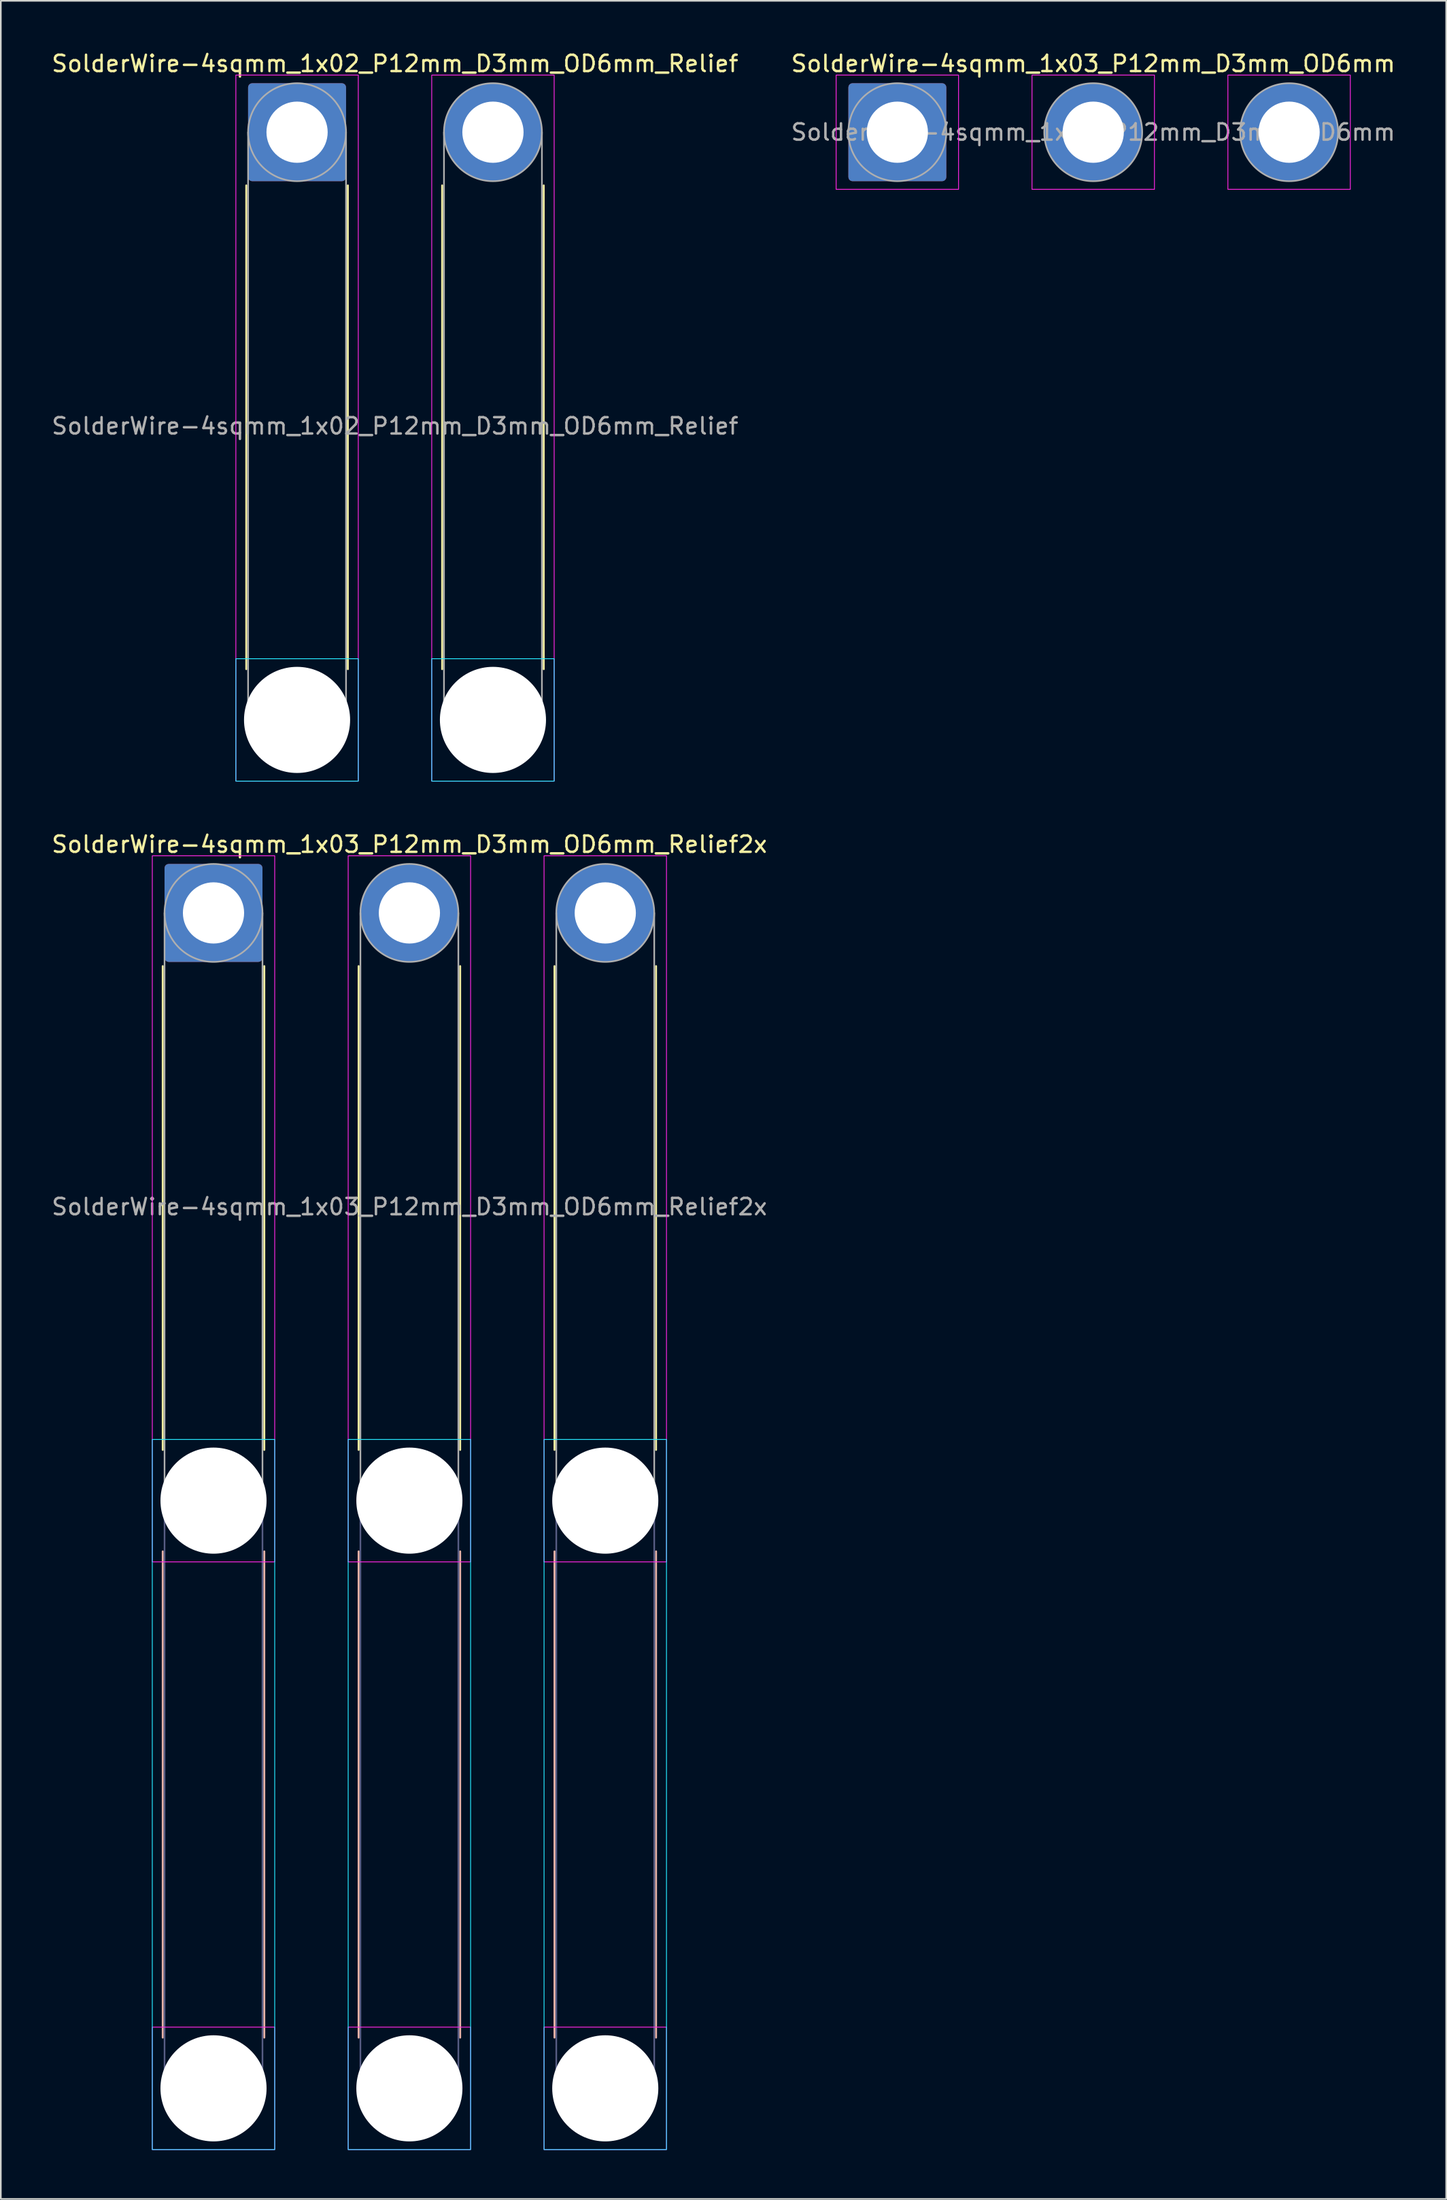
<source format=kicad_pcb>
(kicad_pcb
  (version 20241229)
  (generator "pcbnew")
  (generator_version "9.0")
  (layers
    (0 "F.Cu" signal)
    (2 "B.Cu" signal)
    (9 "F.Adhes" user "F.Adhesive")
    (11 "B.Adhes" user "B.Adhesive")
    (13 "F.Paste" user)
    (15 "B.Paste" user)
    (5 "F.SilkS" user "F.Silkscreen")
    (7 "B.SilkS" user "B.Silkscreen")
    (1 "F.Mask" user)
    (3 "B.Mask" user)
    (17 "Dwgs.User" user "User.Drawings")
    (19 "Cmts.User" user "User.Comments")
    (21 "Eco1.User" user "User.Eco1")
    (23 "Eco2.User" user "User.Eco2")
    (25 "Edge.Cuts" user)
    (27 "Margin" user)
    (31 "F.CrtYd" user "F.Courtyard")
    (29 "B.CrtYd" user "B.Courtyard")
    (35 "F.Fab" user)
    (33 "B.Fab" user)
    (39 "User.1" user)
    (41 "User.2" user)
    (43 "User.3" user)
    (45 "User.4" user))
  (footprint "SolderWire-4sqmm_1x03_P12mm_D3mm_OD6mm"
    (layer "F.Cu")
    (at 51.923 5.048)
    (property "Reference" "SolderWire-4sqmm_1x03_P12mm_D3mm_OD6mm" (at 12 -4.2 0) (layer "F.SilkS") (effects (font (size 1 1) (thickness 0.15))))
    (attr exclude_from_pos_files exclude_from_bom)
    (fp_rect (start -3.75 -3.5) (end 3.75 3.5) (stroke (width 0.05) (type solid)) (fill no) (layer "F.CrtYd"))
    (fp_rect (start 8.25 -3.5) (end 15.75 3.5) (stroke (width 0.05) (type solid)) (fill no) (layer "F.CrtYd"))
    (fp_rect (start 20.25 -3.5) (end 27.75 3.5) (stroke (width 0.05) (type solid)) (fill no) (layer "F.CrtYd"))
    (fp_circle (center 0 0) (end 3 0) (stroke (width 0.1) (type solid)) (fill no) (layer "F.Fab"))
    (fp_circle (center 12 0) (end 15 0) (stroke (width 0.1) (type solid)) (fill no) (layer "F.Fab"))
    (fp_circle (center 24 0) (end 27 0) (stroke (width 0.1) (type solid)) (fill no) (layer "F.Fab"))
    (fp_text user "${REFERENCE}" (at 12 0 0) (layer "F.Fab") (effects (font (size 1 1) (thickness 0.15))))
    (pad "1" thru_hole roundrect (at 0 0) (size 6 6) (drill 3.75) (layers "*.Cu" "*.Mask") (roundrect_rratio 0.042))
    (pad "2" thru_hole circle (at 12 0) (size 6 6) (drill 3.75) (layers "*.Cu" "*.Mask"))
    (pad "3" thru_hole circle (at 24 0) (size 6 6) (drill 3.75) (layers "*.Cu" "*.Mask")))
  (footprint "SolderWire-4sqmm_1x03_P12mm_D3mm_OD6mm_Relief2x"
    (layer "F.Cu")
    (at 10.03 52.871)
    (property "Reference" "SolderWire-4sqmm_1x03_P12mm_D3mm_OD6mm_Relief2x" (at 12 -4.2 0) (layer "F.SilkS") (effects (font (size 1 1) (thickness 0.15))))
    (attr exclude_from_pos_files exclude_from_bom)
    (fp_line (start -3.11 3.26) (end -3.11 32.89) (stroke (width 0.12) (type solid)) (layer "F.SilkS"))
    (fp_line (start 3.11 3.26) (end 3.11 32.89) (stroke (width 0.12) (type solid)) (layer "F.SilkS"))
    (fp_line (start 8.89 3.26) (end 8.89 32.89) (stroke (width 0.12) (type solid)) (layer "F.SilkS"))
    (fp_line (start 15.11 3.26) (end 15.11 32.89) (stroke (width 0.12) (type solid)) (layer "F.SilkS"))
    (fp_line (start 20.89 3.26) (end 20.89 32.89) (stroke (width 0.12) (type solid)) (layer "F.SilkS"))
    (fp_line (start 27.11 3.26) (end 27.11 32.89) (stroke (width 0.12) (type solid)) (layer "F.SilkS"))
    (fp_line (start -3.11 39.11) (end -3.11 68.89) (stroke (width 0.12) (type solid)) (layer "B.SilkS"))
    (fp_line (start 3.11 39.11) (end 3.11 68.89) (stroke (width 0.12) (type solid)) (layer "B.SilkS"))
    (fp_line (start 8.89 39.11) (end 8.89 68.89) (stroke (width 0.12) (type solid)) (layer "B.SilkS"))
    (fp_line (start 15.11 39.11) (end 15.11 68.89) (stroke (width 0.12) (type solid)) (layer "B.SilkS"))
    (fp_line (start 20.89 39.11) (end 20.89 68.89) (stroke (width 0.12) (type solid)) (layer "B.SilkS"))
    (fp_line (start 27.11 39.11) (end 27.11 68.89) (stroke (width 0.12) (type solid)) (layer "B.SilkS"))
    (fp_rect (start -3.75 32.25) (end 3.75 75.75) (stroke (width 0.05) (type solid)) (fill no) (layer "B.CrtYd"))
    (fp_rect (start 8.25 32.25) (end 15.75 75.75) (stroke (width 0.05) (type solid)) (fill no) (layer "B.CrtYd"))
    (fp_rect (start 20.25 32.25) (end 27.75 75.75) (stroke (width 0.05) (type solid)) (fill no) (layer "B.CrtYd"))
    (fp_rect (start -3.75 -3.5) (end 3.75 39.75) (stroke (width 0.05) (type solid)) (fill no) (layer "F.CrtYd"))
    (fp_rect (start -3.75 68.25) (end 3.75 75.75) (stroke (width 0.05) (type solid)) (fill no) (layer "F.CrtYd"))
    (fp_rect (start 8.25 -3.5) (end 15.75 39.75) (stroke (width 0.05) (type solid)) (fill no) (layer "F.CrtYd"))
    (fp_rect (start 8.25 68.25) (end 15.75 75.75) (stroke (width 0.05) (type solid)) (fill no) (layer "F.CrtYd"))
    (fp_rect (start 20.25 -3.5) (end 27.75 39.75) (stroke (width 0.05) (type solid)) (fill no) (layer "F.CrtYd"))
    (fp_rect (start 20.25 68.25) (end 27.75 75.75) (stroke (width 0.05) (type solid)) (fill no) (layer "F.CrtYd"))
    (fp_line (start -3 36) (end -3 72) (stroke (width 0.1) (type solid)) (layer "B.Fab"))
    (fp_line (start 3 36) (end 3 72) (stroke (width 0.1) (type solid)) (layer "B.Fab"))
    (fp_line (start 9 36) (end 9 72) (stroke (width 0.1) (type solid)) (layer "B.Fab"))
    (fp_line (start 15 36) (end 15 72) (stroke (width 0.1) (type solid)) (layer "B.Fab"))
    (fp_line (start 21 36) (end 21 72) (stroke (width 0.1) (type solid)) (layer "B.Fab"))
    (fp_line (start 27 36) (end 27 72) (stroke (width 0.1) (type solid)) (layer "B.Fab"))
    (fp_circle (center 0 36) (end 3 36) (stroke (width 0.1) (type solid)) (fill no) (layer "B.Fab"))
    (fp_circle (center 0 72) (end 3 72) (stroke (width 0.1) (type solid)) (fill no) (layer "B.Fab"))
    (fp_circle (center 12 36) (end 15 36) (stroke (width 0.1) (type solid)) (fill no) (layer "B.Fab"))
    (fp_circle (center 12 72) (end 15 72) (stroke (width 0.1) (type solid)) (fill no) (layer "B.Fab"))
    (fp_circle (center 24 36) (end 27 36) (stroke (width 0.1) (type solid)) (fill no) (layer "B.Fab"))
    (fp_circle (center 24 72) (end 27 72) (stroke (width 0.1) (type solid)) (fill no) (layer "B.Fab"))
    (fp_line (start -3 0) (end -3 36) (stroke (width 0.1) (type solid)) (layer "F.Fab"))
    (fp_line (start 3 0) (end 3 36) (stroke (width 0.1) (type solid)) (layer "F.Fab"))
    (fp_line (start 9 0) (end 9 36) (stroke (width 0.1) (type solid)) (layer "F.Fab"))
    (fp_line (start 15 0) (end 15 36) (stroke (width 0.1) (type solid)) (layer "F.Fab"))
    (fp_line (start 21 0) (end 21 36) (stroke (width 0.1) (type solid)) (layer "F.Fab"))
    (fp_line (start 27 0) (end 27 36) (stroke (width 0.1) (type solid)) (layer "F.Fab"))
    (fp_circle (center 0 0) (end 3 0) (stroke (width 0.1) (type solid)) (fill no) (layer "F.Fab"))
    (fp_circle (center 0 36) (end 3 36) (stroke (width 0.1) (type solid)) (fill no) (layer "F.Fab"))
    (fp_circle (center 0 72) (end 3 72) (stroke (width 0.1) (type solid)) (fill no) (layer "F.Fab"))
    (fp_circle (center 12 0) (end 15 0) (stroke (width 0.1) (type solid)) (fill no) (layer "F.Fab"))
    (fp_circle (center 12 36) (end 15 36) (stroke (width 0.1) (type solid)) (fill no) (layer "F.Fab"))
    (fp_circle (center 12 72) (end 15 72) (stroke (width 0.1) (type solid)) (fill no) (layer "F.Fab"))
    (fp_circle (center 24 0) (end 27 0) (stroke (width 0.1) (type solid)) (fill no) (layer "F.Fab"))
    (fp_circle (center 24 36) (end 27 36) (stroke (width 0.1) (type solid)) (fill no) (layer "F.Fab"))
    (fp_circle (center 24 72) (end 27 72) (stroke (width 0.1) (type solid)) (fill no) (layer "F.Fab"))
    (fp_text user "${REFERENCE}" (at 12 18 0) (layer "F.Fab") (effects (font (size 1 1) (thickness 0.15))))
    (pad "" np_thru_hole circle (at 0 36) (size 6.5 6.5) (drill 6.5) (layers "*.Cu" "*.Mask"))
    (pad "" np_thru_hole circle (at 0 72) (size 6.5 6.5) (drill 6.5) (layers "*.Cu" "*.Mask"))
    (pad "" np_thru_hole circle (at 12 36) (size 6.5 6.5) (drill 6.5) (layers "*.Cu" "*.Mask"))
    (pad "" np_thru_hole circle (at 12 72) (size 6.5 6.5) (drill 6.5) (layers "*.Cu" "*.Mask"))
    (pad "" np_thru_hole circle (at 24 36) (size 6.5 6.5) (drill 6.5) (layers "*.Cu" "*.Mask"))
    (pad "" np_thru_hole circle (at 24 72) (size 6.5 6.5) (drill 6.5) (layers "*.Cu" "*.Mask"))
    (pad "1" thru_hole roundrect (at 0 0) (size 6 6) (drill 3.75) (layers "*.Cu" "*.Mask") (roundrect_rratio 0.042))
    (pad "2" thru_hole circle (at 12 0) (size 6 6) (drill 3.75) (layers "*.Cu" "*.Mask"))
    (pad "3" thru_hole circle (at 24 0) (size 6 6) (drill 3.75) (layers "*.Cu" "*.Mask")))
  (footprint "SolderWire-4sqmm_1x02_P12mm_D3mm_OD6mm_Relief"
    (layer "F.Cu")
    (at 15.149 5.048)
    (property "Reference" "SolderWire-4sqmm_1x02_P12mm_D3mm_OD6mm_Relief" (at 6 -4.2 0) (layer "F.SilkS") (effects (font (size 1 1) (thickness 0.15))))
    (attr exclude_from_pos_files exclude_from_bom)
    (fp_line (start -3.11 3.26) (end -3.11 32.89) (stroke (width 0.12) (type solid)) (layer "F.SilkS"))
    (fp_line (start 3.11 3.26) (end 3.11 32.89) (stroke (width 0.12) (type solid)) (layer "F.SilkS"))
    (fp_line (start 8.89 3.26) (end 8.89 32.89) (stroke (width 0.12) (type solid)) (layer "F.SilkS"))
    (fp_line (start 15.11 3.26) (end 15.11 32.89) (stroke (width 0.12) (type solid)) (layer "F.SilkS"))
    (fp_rect (start -3.75 32.25) (end 3.75 39.75) (stroke (width 0.05) (type solid)) (fill no) (layer "B.CrtYd"))
    (fp_rect (start 8.25 32.25) (end 15.75 39.75) (stroke (width 0.05) (type solid)) (fill no) (layer "B.CrtYd"))
    (fp_rect (start -3.75 -3.5) (end 3.75 39.75) (stroke (width 0.05) (type solid)) (fill no) (layer "F.CrtYd"))
    (fp_rect (start 8.25 -3.5) (end 15.75 39.75) (stroke (width 0.05) (type solid)) (fill no) (layer "F.CrtYd"))
    (fp_line (start -3 0) (end -3 36) (stroke (width 0.1) (type solid)) (layer "F.Fab"))
    (fp_line (start 3 0) (end 3 36) (stroke (width 0.1) (type solid)) (layer "F.Fab"))
    (fp_line (start 9 0) (end 9 36) (stroke (width 0.1) (type solid)) (layer "F.Fab"))
    (fp_line (start 15 0) (end 15 36) (stroke (width 0.1) (type solid)) (layer "F.Fab"))
    (fp_circle (center 0 0) (end 3 0) (stroke (width 0.1) (type solid)) (fill no) (layer "F.Fab"))
    (fp_circle (center 0 36) (end 3 36) (stroke (width 0.1) (type solid)) (fill no) (layer "F.Fab"))
    (fp_circle (center 12 0) (end 15 0) (stroke (width 0.1) (type solid)) (fill no) (layer "F.Fab"))
    (fp_circle (center 12 36) (end 15 36) (stroke (width 0.1) (type solid)) (fill no) (layer "F.Fab"))
    (fp_text user "${REFERENCE}" (at 6 18 0) (layer "F.Fab") (effects (font (size 1 1) (thickness 0.15))))
    (pad "" np_thru_hole circle (at 0 36) (size 6.5 6.5) (drill 6.5) (layers "*.Cu" "*.Mask"))
    (pad "" np_thru_hole circle (at 12 36) (size 6.5 6.5) (drill 6.5) (layers "*.Cu" "*.Mask"))
    (pad "1" thru_hole roundrect (at 0 0) (size 6 6) (drill 3.75) (layers "*.Cu" "*.Mask") (roundrect_rratio 0.042))
    (pad "2" thru_hole circle (at 12 0) (size 6 6) (drill 3.75) (layers "*.Cu" "*.Mask")))
  (gr_rect
    (start -3 -3)
    (end 85.548 131.647)
    (stroke (width 0.1) (type default))
    (fill no)
    (layer "Edge.Cuts")))
</source>
